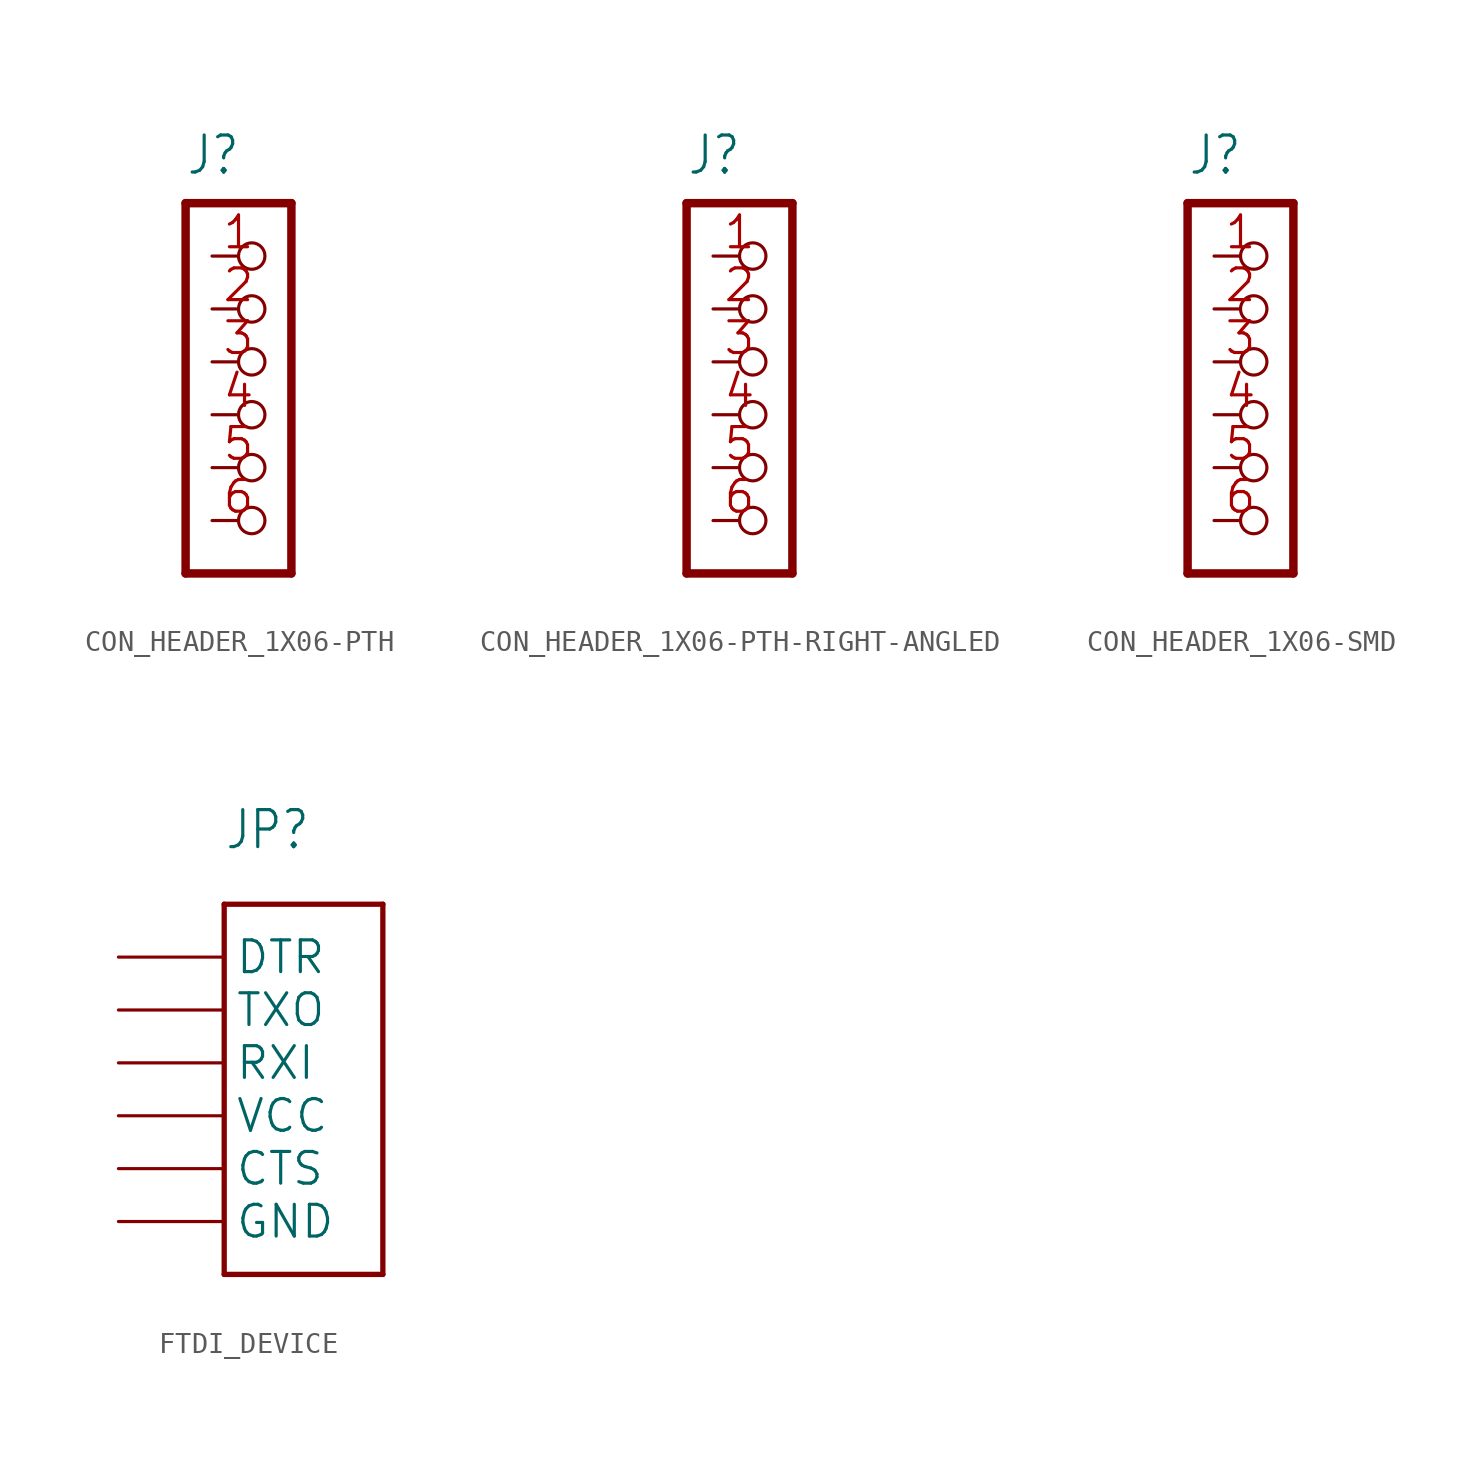
<source format=kicad_sym>
(kicad_symbol_lib
  (version 20241209)
  (generator "kicad_symbol_editor")
  (generator_version "9.0")
  (symbol "CON_HEADER_1X06-PTH"
    (property "Reference" "J"
      (at -1.27 8.89 0)
      (effects (font (size 1.778 1.511)) (justify left bottom)))
    (property "ki_locked" ""
      (at 0 0 0)
      (effects (font (size 1.27 1.27))))
    (symbol "CON_HEADER_1X06-PTH_1_0"
      (polyline (pts (xy -1.27 7.62) (xy -1.27 -10.16)) (stroke (width 0.406) (type solid)) (fill (type none)))
      (polyline (pts (xy -1.27 -10.16) (xy 3.81 -10.16)) (stroke (width 0.406) (type solid)) (fill (type none)))
      (polyline (pts (xy 3.81 7.62) (xy -1.27 7.62)) (stroke (width 0.406) (type solid)) (fill (type none)))
      (polyline (pts (xy 3.81 -10.16) (xy 3.81 7.62)) (stroke (width 0.406) (type solid)) (fill (type none)))
      (pin bidirectional inverted (at 0 5.08 0) (length 2.54) (name "1" (effects (font (size 0 0)))) (number "1" (effects (font (size 1.524 1.524)))))
      (pin bidirectional inverted (at 0 2.54 0) (length 2.54) (name "2" (effects (font (size 0 0)))) (number "2" (effects (font (size 1.524 1.524)))))
      (pin passive inverted (at 0 0 0) (length 2.54) (name "3" (effects (font (size 0 0)))) (number "3" (effects (font (size 1.524 1.524)))))
      (pin passive inverted (at 0 -2.54 0) (length 2.54) (name "4" (effects (font (size 0 0)))) (number "4" (effects (font (size 1.524 1.524)))))
      (pin passive inverted (at 0 -5.08 0) (length 2.54) (name "5" (effects (font (size 0 0)))) (number "5" (effects (font (size 1.524 1.524)))))
      (pin passive inverted (at 0 -7.62 0) (length 2.54) (name "6" (effects (font (size 0 0)))) (number "6" (effects (font (size 1.524 1.524)))))))
  (symbol "CON_HEADER_1X06-PTH-RIGHT-ANGLED"
    (property "Reference" "J"
      (at -1.27 8.89 0)
      (effects (font (size 1.778 1.511)) (justify left bottom)))
    (property "ki_locked" ""
      (at 0 0 0)
      (effects (font (size 1.27 1.27))))
    (symbol "CON_HEADER_1X06-PTH-RIGHT-ANGLED_1_0"
      (polyline (pts (xy -1.27 7.62) (xy -1.27 -10.16)) (stroke (width 0.406) (type solid)) (fill (type none)))
      (polyline (pts (xy -1.27 -10.16) (xy 3.81 -10.16)) (stroke (width 0.406) (type solid)) (fill (type none)))
      (polyline (pts (xy 3.81 7.62) (xy -1.27 7.62)) (stroke (width 0.406) (type solid)) (fill (type none)))
      (polyline (pts (xy 3.81 -10.16) (xy 3.81 7.62)) (stroke (width 0.406) (type solid)) (fill (type none)))
      (pin bidirectional inverted (at 0 5.08 0) (length 2.54) (name "1" (effects (font (size 0 0)))) (number "1" (effects (font (size 1.524 1.524)))))
      (pin bidirectional inverted (at 0 2.54 0) (length 2.54) (name "2" (effects (font (size 0 0)))) (number "2" (effects (font (size 1.524 1.524)))))
      (pin passive inverted (at 0 0 0) (length 2.54) (name "3" (effects (font (size 0 0)))) (number "3" (effects (font (size 1.524 1.524)))))
      (pin passive inverted (at 0 -2.54 0) (length 2.54) (name "4" (effects (font (size 0 0)))) (number "4" (effects (font (size 1.524 1.524)))))
      (pin passive inverted (at 0 -5.08 0) (length 2.54) (name "5" (effects (font (size 0 0)))) (number "5" (effects (font (size 1.524 1.524)))))
      (pin passive inverted (at 0 -7.62 0) (length 2.54) (name "6" (effects (font (size 0 0)))) (number "6" (effects (font (size 1.524 1.524)))))))
  (symbol "CON_HEADER_1X06-SMD"
    (property "Reference" "J"
      (at -1.27 8.89 0)
      (effects (font (size 1.778 1.511)) (justify left bottom)))
    (property "ki_locked" ""
      (at 0 0 0)
      (effects (font (size 1.27 1.27))))
    (symbol "CON_HEADER_1X06-SMD_1_0"
      (polyline (pts (xy -1.27 7.62) (xy -1.27 -10.16)) (stroke (width 0.406) (type solid)) (fill (type none)))
      (polyline (pts (xy -1.27 -10.16) (xy 3.81 -10.16)) (stroke (width 0.406) (type solid)) (fill (type none)))
      (polyline (pts (xy 3.81 7.62) (xy -1.27 7.62)) (stroke (width 0.406) (type solid)) (fill (type none)))
      (polyline (pts (xy 3.81 -10.16) (xy 3.81 7.62)) (stroke (width 0.406) (type solid)) (fill (type none)))
      (pin bidirectional inverted (at 0 5.08 0) (length 2.54) (name "1" (effects (font (size 0 0)))) (number "1" (effects (font (size 1.524 1.524)))))
      (pin bidirectional inverted (at 0 2.54 0) (length 2.54) (name "2" (effects (font (size 0 0)))) (number "2" (effects (font (size 1.524 1.524)))))
      (pin passive inverted (at 0 0 0) (length 2.54) (name "3" (effects (font (size 0 0)))) (number "3" (effects (font (size 1.524 1.524)))))
      (pin passive inverted (at 0 -2.54 0) (length 2.54) (name "4" (effects (font (size 0 0)))) (number "4" (effects (font (size 1.524 1.524)))))
      (pin passive inverted (at 0 -5.08 0) (length 2.54) (name "5" (effects (font (size 0 0)))) (number "5" (effects (font (size 1.524 1.524)))))
      (pin passive inverted (at 0 -7.62 0) (length 2.54) (name "6" (effects (font (size 0 0)))) (number "6" (effects (font (size 1.524 1.524)))))))
  (symbol "FTDI_DEVICE"
    (property "Reference" "JP"
      (at 0 10.16 0)
      (effects (font (size 1.778 1.511)) (justify left bottom)))
    (property "Value" ""
      (at 0 7.62 0)
      (effects (font (size 1.778 1.511)) (justify left bottom)))
    (property "ki_locked" ""
      (at 0 0 0)
      (effects (font (size 1.27 1.27))))
    (symbol "FTDI_DEVICE_1_0"
      (polyline (pts (xy 0 7.62) (xy 0 -10.16)) (stroke (width 0.254) (type solid)) (fill (type none)))
      (polyline (pts (xy 0 -10.16) (xy 7.62 -10.16)) (stroke (width 0.254) (type solid)) (fill (type none)))
      (polyline (pts (xy 7.62 7.62) (xy 0 7.62)) (stroke (width 0.254) (type solid)) (fill (type none)))
      (polyline (pts (xy 7.62 -10.16) (xy 7.62 7.62)) (stroke (width 0.254) (type solid)) (fill (type none)))
      (pin bidirectional line (at -5.08 5.08 0) (length 5.08) (name "DTR" (effects (font (size 1.524 1.524)))) (number "P$1" (effects (font (size 0 0)))))
      (pin bidirectional line (at -5.08 2.54 0) (length 5.08) (name "TXO" (effects (font (size 1.524 1.524)))) (number "P$2" (effects (font (size 0 0)))))
      (pin bidirectional line (at -5.08 0 0) (length 5.08) (name "RXI" (effects (font (size 1.524 1.524)))) (number "P$3" (effects (font (size 0 0)))))
      (pin bidirectional line (at -5.08 -2.54 0) (length 5.08) (name "VCC" (effects (font (size 1.524 1.524)))) (number "P$4" (effects (font (size 0 0)))))
      (pin bidirectional line (at -5.08 -5.08 0) (length 5.08) (name "CTS" (effects (font (size 1.524 1.524)))) (number "P$5" (effects (font (size 0 0)))))
      (pin bidirectional line (at -5.08 -7.62 0) (length 5.08) (name "GND" (effects (font (size 1.524 1.524)))) (number "P$6" (effects (font (size 0 0))))))))
</source>
